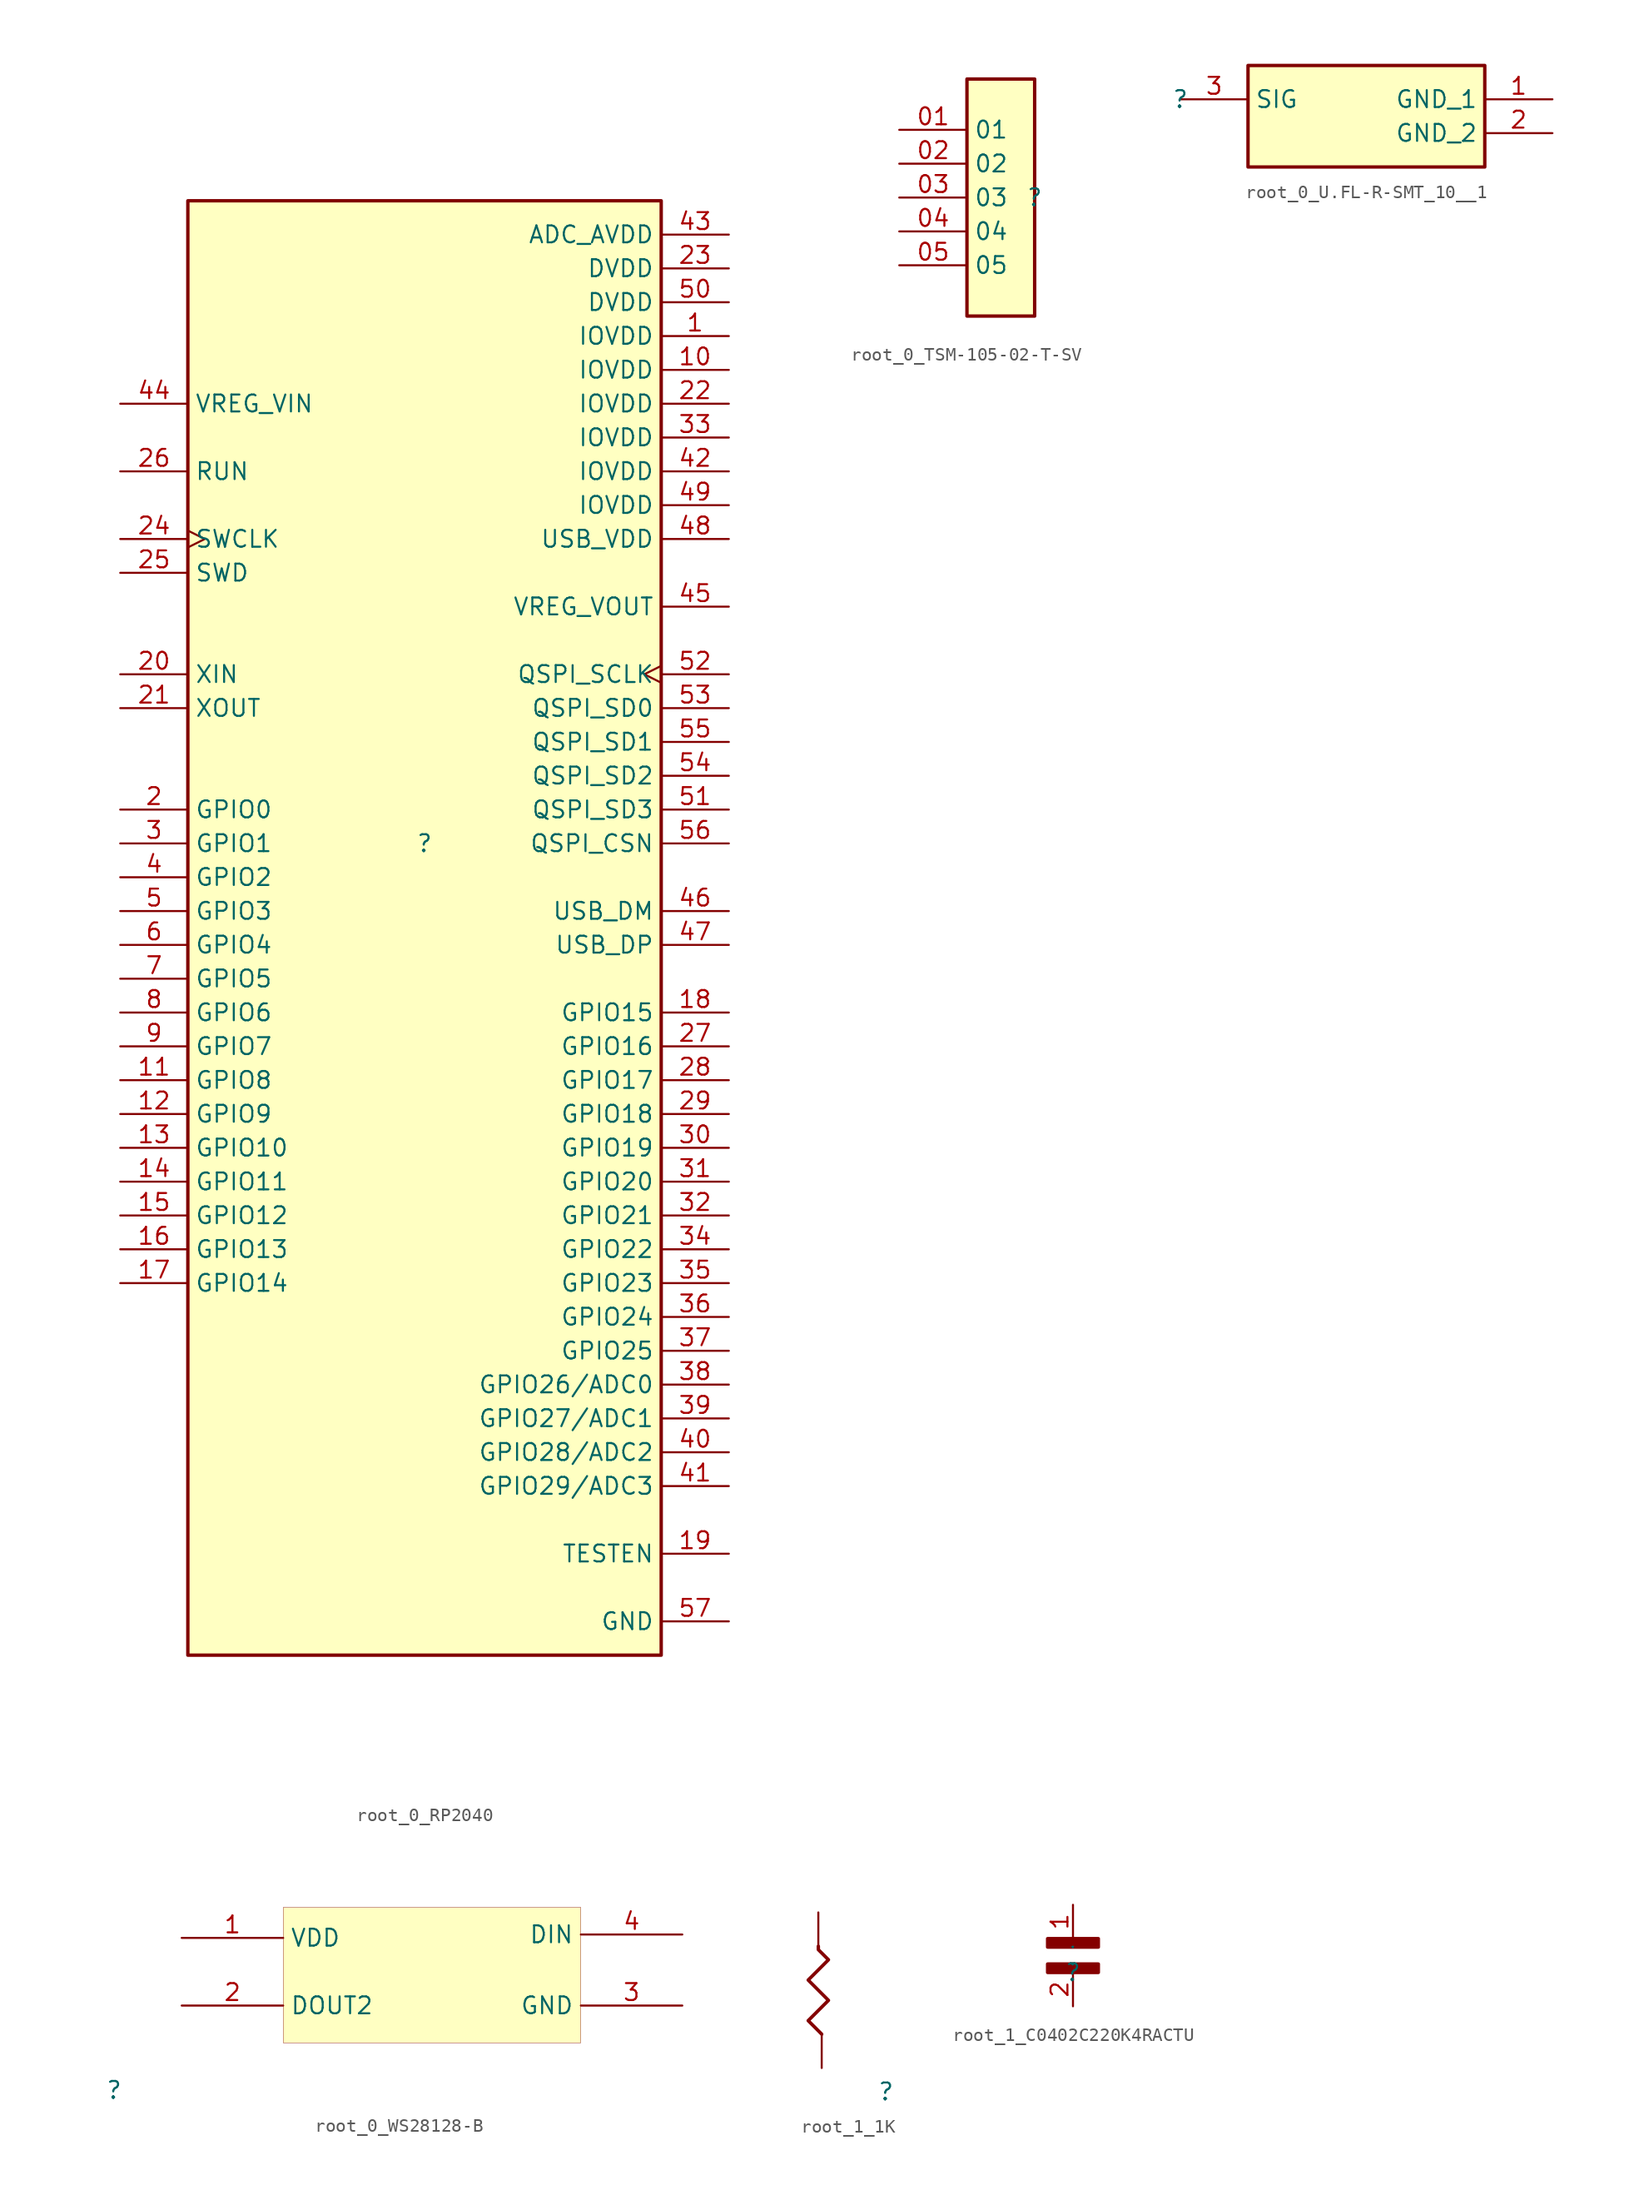
<source format=kicad_sym>
(kicad_symbol_lib
  (version 20230620)
  (generator kicad_symbol_editor)
  (symbol "root_0_RP2040"
    (property "Reference" ""
      (at 0 0 0)
      (effects (font (size 1.27 1.27))))
    (property "Value" ""
      (at 0 0 0)
      (effects (font (size 1.27 1.27))))
    (symbol "root_0_RP2040_1_0"
      (rectangle (start 17.78 48.26) (end -17.78 -60.96) (stroke (width 0.254) (type solid) (color 128 0 0 1)) (fill (type background)))
      (pin power_in line (at 22.86 38.1 180) (length 5.08) (name "IOVDD" (effects (font (size 1.27 1.27)))) (number "1" (effects (font (size 1.27 1.27)))))
      (pin power_in line (at 22.86 35.56 180) (length 5.08) (name "IOVDD" (effects (font (size 1.27 1.27)))) (number "10" (effects (font (size 1.27 1.27)))))
      (pin bidirectional line (at -22.86 -17.78 0) (length 5.08) (name "GPIO8" (effects (font (size 1.27 1.27)))) (number "11" (effects (font (size 1.27 1.27)))))
      (pin bidirectional line (at -22.86 -20.32 0) (length 5.08) (name "GPIO9" (effects (font (size 1.27 1.27)))) (number "12" (effects (font (size 1.27 1.27)))))
      (pin passive line (at -22.86 -22.86 0) (length 5.08) (name "GPIO10" (effects (font (size 1.27 1.27)))) (number "13" (effects (font (size 1.27 1.27)))))
      (pin input line (at -22.86 -25.4 0) (length 5.08) (name "GPIO11" (effects (font (size 1.27 1.27)))) (number "14" (effects (font (size 1.27 1.27)))))
      (pin output line (at -22.86 -27.94 0) (length 5.08) (name "GPIO12" (effects (font (size 1.27 1.27)))) (number "15" (effects (font (size 1.27 1.27)))))
      (pin input line (at -22.86 -30.48 0) (length 5.08) (name "GPIO13" (effects (font (size 1.27 1.27)))) (number "16" (effects (font (size 1.27 1.27)))))
      (pin output line (at -22.86 -33.02 0) (length 5.08) (name "GPIO14" (effects (font (size 1.27 1.27)))) (number "17" (effects (font (size 1.27 1.27)))))
      (pin output line (at 22.86 -12.7 180) (length 5.08) (name "GPIO15" (effects (font (size 1.27 1.27)))) (number "18" (effects (font (size 1.27 1.27)))))
      (pin passive line (at 22.86 -53.34 180) (length 5.08) (name "TESTEN" (effects (font (size 1.27 1.27)))) (number "19" (effects (font (size 1.27 1.27)))))
      (pin bidirectional line (at -22.86 2.54 0) (length 5.08) (name "GPIO0" (effects (font (size 1.27 1.27)))) (number "2" (effects (font (size 1.27 1.27)))))
      (pin passive line (at -22.86 12.7 0) (length 5.08) (name "XIN" (effects (font (size 1.27 1.27)))) (number "20" (effects (font (size 1.27 1.27)))))
      (pin passive line (at -22.86 10.16 0) (length 5.08) (name "XOUT" (effects (font (size 1.27 1.27)))) (number "21" (effects (font (size 1.27 1.27)))))
      (pin power_in line (at 22.86 33.02 180) (length 5.08) (name "IOVDD" (effects (font (size 1.27 1.27)))) (number "22" (effects (font (size 1.27 1.27)))))
      (pin power_in line (at 22.86 43.18 180) (length 5.08) (name "DVDD" (effects (font (size 1.27 1.27)))) (number "23" (effects (font (size 1.27 1.27)))))
      (pin input clock (at -22.86 22.86 0) (length 5.08) (name "SWCLK" (effects (font (size 1.27 1.27)))) (number "24" (effects (font (size 1.27 1.27)))))
      (pin bidirectional line (at -22.86 20.32 0) (length 5.08) (name "SWD" (effects (font (size 1.27 1.27)))) (number "25" (effects (font (size 1.27 1.27)))))
      (pin input line (at -22.86 27.94 0) (length 5.08) (name "RUN" (effects (font (size 1.27 1.27)))) (number "26" (effects (font (size 1.27 1.27)))))
      (pin output line (at 22.86 -15.24 180) (length 5.08) (name "GPIO16" (effects (font (size 1.27 1.27)))) (number "27" (effects (font (size 1.27 1.27)))))
      (pin output line (at 22.86 -17.78 180) (length 5.08) (name "GPIO17" (effects (font (size 1.27 1.27)))) (number "28" (effects (font (size 1.27 1.27)))))
      (pin bidirectional line (at 22.86 -20.32 180) (length 5.08) (name "GPIO18" (effects (font (size 1.27 1.27)))) (number "29" (effects (font (size 1.27 1.27)))))
      (pin bidirectional line (at -22.86 0 0) (length 5.08) (name "GPIO1" (effects (font (size 1.27 1.27)))) (number "3" (effects (font (size 1.27 1.27)))))
      (pin bidirectional line (at 22.86 -22.86 180) (length 5.08) (name "GPIO19" (effects (font (size 1.27 1.27)))) (number "30" (effects (font (size 1.27 1.27)))))
      (pin bidirectional line (at 22.86 -25.4 180) (length 5.08) (name "GPIO20" (effects (font (size 1.27 1.27)))) (number "31" (effects (font (size 1.27 1.27)))))
      (pin bidirectional line (at 22.86 -27.94 180) (length 5.08) (name "GPIO21" (effects (font (size 1.27 1.27)))) (number "32" (effects (font (size 1.27 1.27)))))
      (pin power_in line (at 22.86 30.48 180) (length 5.08) (name "IOVDD" (effects (font (size 1.27 1.27)))) (number "33" (effects (font (size 1.27 1.27)))))
      (pin bidirectional line (at 22.86 -30.48 180) (length 5.08) (name "GPIO22" (effects (font (size 1.27 1.27)))) (number "34" (effects (font (size 1.27 1.27)))))
      (pin bidirectional line (at 22.86 -33.02 180) (length 5.08) (name "GPIO23" (effects (font (size 1.27 1.27)))) (number "35" (effects (font (size 1.27 1.27)))))
      (pin bidirectional line (at 22.86 -35.56 180) (length 5.08) (name "GPIO24" (effects (font (size 1.27 1.27)))) (number "36" (effects (font (size 1.27 1.27)))))
      (pin bidirectional line (at 22.86 -38.1 180) (length 5.08) (name "GPIO25" (effects (font (size 1.27 1.27)))) (number "37" (effects (font (size 1.27 1.27)))))
      (pin bidirectional line (at 22.86 -40.64 180) (length 5.08) (name "GPIO26/ADC0" (effects (font (size 1.27 1.27)))) (number "38" (effects (font (size 1.27 1.27)))))
      (pin bidirectional line (at 22.86 -43.18 180) (length 5.08) (name "GPIO27/ADC1" (effects (font (size 1.27 1.27)))) (number "39" (effects (font (size 1.27 1.27)))))
      (pin bidirectional line (at -22.86 -2.54 0) (length 5.08) (name "GPIO2" (effects (font (size 1.27 1.27)))) (number "4" (effects (font (size 1.27 1.27)))))
      (pin bidirectional line (at 22.86 -45.72 180) (length 5.08) (name "GPIO28/ADC2" (effects (font (size 1.27 1.27)))) (number "40" (effects (font (size 1.27 1.27)))))
      (pin bidirectional line (at 22.86 -48.26 180) (length 5.08) (name "GPIO29/ADC3" (effects (font (size 1.27 1.27)))) (number "41" (effects (font (size 1.27 1.27)))))
      (pin power_in line (at 22.86 27.94 180) (length 5.08) (name "IOVDD" (effects (font (size 1.27 1.27)))) (number "42" (effects (font (size 1.27 1.27)))))
      (pin power_in line (at 22.86 45.72 180) (length 5.08) (name "ADC_AVDD" (effects (font (size 1.27 1.27)))) (number "43" (effects (font (size 1.27 1.27)))))
      (pin input line (at -22.86 33.02 0) (length 5.08) (name "VREG_VIN" (effects (font (size 1.27 1.27)))) (number "44" (effects (font (size 1.27 1.27)))))
      (pin power_in line (at 22.86 17.78 180) (length 5.08) (name "VREG_VOUT" (effects (font (size 1.27 1.27)))) (number "45" (effects (font (size 1.27 1.27)))))
      (pin bidirectional line (at 22.86 -5.08 180) (length 5.08) (name "USB_DM" (effects (font (size 1.27 1.27)))) (number "46" (effects (font (size 1.27 1.27)))))
      (pin bidirectional line (at 22.86 -7.62 180) (length 5.08) (name "USB_DP" (effects (font (size 1.27 1.27)))) (number "47" (effects (font (size 1.27 1.27)))))
      (pin power_in line (at 22.86 22.86 180) (length 5.08) (name "USB_VDD" (effects (font (size 1.27 1.27)))) (number "48" (effects (font (size 1.27 1.27)))))
      (pin power_in line (at 22.86 25.4 180) (length 5.08) (name "IOVDD" (effects (font (size 1.27 1.27)))) (number "49" (effects (font (size 1.27 1.27)))))
      (pin bidirectional line (at -22.86 -5.08 0) (length 5.08) (name "GPIO3" (effects (font (size 1.27 1.27)))) (number "5" (effects (font (size 1.27 1.27)))))
      (pin power_in line (at 22.86 40.64 180) (length 5.08) (name "DVDD" (effects (font (size 1.27 1.27)))) (number "50" (effects (font (size 1.27 1.27)))))
      (pin bidirectional line (at 22.86 2.54 180) (length 5.08) (name "QSPI_SD3" (effects (font (size 1.27 1.27)))) (number "51" (effects (font (size 1.27 1.27)))))
      (pin bidirectional clock (at 22.86 12.7 180) (length 5.08) (name "QSPI_SCLK" (effects (font (size 1.27 1.27)))) (number "52" (effects (font (size 1.27 1.27)))))
      (pin bidirectional line (at 22.86 10.16 180) (length 5.08) (name "QSPI_SD0" (effects (font (size 1.27 1.27)))) (number "53" (effects (font (size 1.27 1.27)))))
      (pin bidirectional line (at 22.86 5.08 180) (length 5.08) (name "QSPI_SD2" (effects (font (size 1.27 1.27)))) (number "54" (effects (font (size 1.27 1.27)))))
      (pin bidirectional line (at 22.86 7.62 180) (length 5.08) (name "QSPI_SD1" (effects (font (size 1.27 1.27)))) (number "55" (effects (font (size 1.27 1.27)))))
      (pin bidirectional line (at 22.86 0 180) (length 5.08) (name "QSPI_CSN" (effects (font (size 1.27 1.27)))) (number "56" (effects (font (size 1.27 1.27)))))
      (pin passive line (at 22.86 -58.42 180) (length 5.08) (name "GND" (effects (font (size 1.27 1.27)))) (number "57" (effects (font (size 1.27 1.27)))))
      (pin passive line (at -22.86 -7.62 0) (length 5.08) (name "GPIO4" (effects (font (size 1.27 1.27)))) (number "6" (effects (font (size 1.27 1.27)))))
      (pin passive line (at -22.86 -10.16 0) (length 5.08) (name "GPIO5" (effects (font (size 1.27 1.27)))) (number "7" (effects (font (size 1.27 1.27)))))
      (pin bidirectional line (at -22.86 -12.7 0) (length 5.08) (name "GPIO6" (effects (font (size 1.27 1.27)))) (number "8" (effects (font (size 1.27 1.27)))))
      (pin bidirectional line (at -22.86 -15.24 0) (length 5.08) (name "GPIO7" (effects (font (size 1.27 1.27)))) (number "9" (effects (font (size 1.27 1.27)))))))
  (symbol "root_0_TSM-105-02-T-SV"
    (property "Reference" ""
      (at 0 0 0)
      (effects (font (size 1.27 1.27))))
    (property "Value" ""
      (at 0 0 0)
      (effects (font (size 1.27 1.27))))
    (symbol "root_0_TSM-105-02-T-SV_1_0"
      (rectangle (start 0 8.89) (end -5.08 -8.89) (stroke (width 0.254) (type solid) (color 128 0 0 1)) (fill (type background)))
      (pin passive line (at -10.16 5.08 0) (length 5.08) (name "01" (effects (font (size 1.27 1.27)))) (number "01" (effects (font (size 1.27 1.27)))))
      (pin passive line (at -10.16 2.54 0) (length 5.08) (name "02" (effects (font (size 1.27 1.27)))) (number "02" (effects (font (size 1.27 1.27)))))
      (pin passive line (at -10.16 0 0) (length 5.08) (name "03" (effects (font (size 1.27 1.27)))) (number "03" (effects (font (size 1.27 1.27)))))
      (pin passive line (at -10.16 -2.54 0) (length 5.08) (name "04" (effects (font (size 1.27 1.27)))) (number "04" (effects (font (size 1.27 1.27)))))
      (pin passive line (at -10.16 -5.08 0) (length 5.08) (name "05" (effects (font (size 1.27 1.27)))) (number "05" (effects (font (size 1.27 1.27)))))))
  (symbol "root_0_U.FL-R-SMT_10__1"
    (property "Reference" ""
      (at 0 0 0)
      (effects (font (size 1.27 1.27))))
    (property "Value" ""
      (at 0 0 0)
      (effects (font (size 1.27 1.27))))
    (symbol "root_0_U.FL-R-SMT_10__1_1_0"
      (rectangle (start 22.86 2.54) (end 5.08 -5.08) (stroke (width 0.254) (type solid) (color 128 0 0 1)) (fill (type background)))
      (pin passive line (at 27.94 0 180) (length 5.08) (name "GND_1" (effects (font (size 1.27 1.27)))) (number "1" (effects (font (size 1.27 1.27)))))
      (pin passive line (at 27.94 -2.54 180) (length 5.08) (name "GND_2" (effects (font (size 1.27 1.27)))) (number "2" (effects (font (size 1.27 1.27)))))
      (pin passive line (at 0 0 0) (length 5.08) (name "SIG" (effects (font (size 1.27 1.27)))) (number "3" (effects (font (size 1.27 1.27)))))))
  (symbol "root_0_WS28128-B"
    (property "Reference" ""
      (at 0 0 0)
      (effects (font (size 1.27 1.27))))
    (property "Value" ""
      (at 0 0 0)
      (effects (font (size 1.27 1.27))))
    (symbol "root_0_WS28128-B_1_0"
      (rectangle (start 35.052 13.716) (end 12.7 3.556) (stroke (width 0.025) (type solid) (color 128 0 0 1)) (fill (type background)))
      (pin passive line (at 5.08 11.43 0) (length 7.62) (name "VDD" (effects (font (size 1.27 1.27)))) (number "1" (effects (font (size 1.27 1.27)))))
      (pin output line (at 5.08 6.35 0) (length 7.62) (name "DOUT2" (effects (font (size 1.27 1.27)))) (number "2" (effects (font (size 1.27 1.27)))))
      (pin passive line (at 42.672 6.35 180) (length 7.62) (name "GND" (effects (font (size 1.27 1.27)))) (number "3" (effects (font (size 1.27 1.27)))))
      (pin input line (at 42.672 11.684 180) (length 7.62) (name "DIN" (effects (font (size 1.27 1.27)))) (number "4" (effects (font (size 1.27 1.27)))))))
  (symbol "root_1_1K"
    (property "Reference" ""
      (at 0 0 0)
      (effects (font (size 1.27 1.27))))
    (property "Value" ""
      (at 0 0 0)
      (effects (font (size 1.27 1.27))))
    (symbol "root_1_1K_1_0"
      (polyline (pts (xy -4.826 4.318) (xy -5.842 5.334) (xy -4.318 6.858) (xy -5.842 8.382) (xy -4.318 9.906) (xy -5.08 10.668) (xy -5.08 10.922)) (stroke (width 0.254) (type solid)) (fill (type none)))
      (pin passive line (at -4.826 1.778 90) (length 2.54) (name "1" (effects (font (size 0 0)))) (number "1" (effects (font (size 0 0)))))
      (pin passive line (at -5.08 13.462 270) (length 2.54) (name "2" (effects (font (size 0 0)))) (number "2" (effects (font (size 0 0)))))))
  (symbol "root_1_C0402C220K4RACTU"
    (property "Reference" ""
      (at 0 0 0)
      (effects (font (size 1.27 1.27))))
    (property "Value" ""
      (at 0 0 0)
      (effects (font (size 1.27 1.27))))
    (symbol "root_1_C0402C220K4RACTU_1_0"
      (rectangle (start 1.905 0.635) (end -1.905 0) (stroke (width 0.254) (type solid)) (fill (type outline)))
      (rectangle (start 1.905 2.54) (end -1.905 1.905) (stroke (width 0.254) (type solid)) (fill (type outline)))
      (pin passive line (at 0 5.08 270) (length 2.54) (name "1" (effects (font (size 0.025 0.025)))) (number "1" (effects (font (size 1.27 1.27)))))
      (pin passive line (at 0 -2.54 90) (length 2.54) (name "2" (effects (font (size 0.025 0.025)))) (number "2" (effects (font (size 1.27 1.27))))))))
</source>
